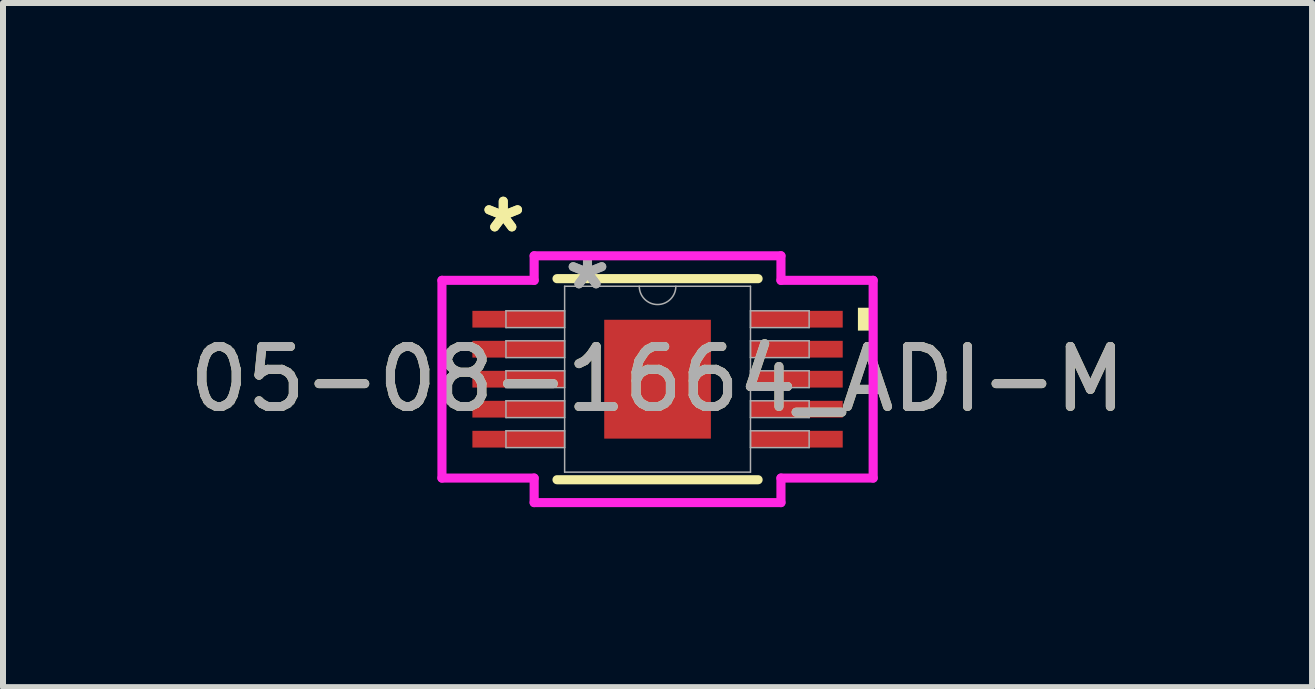
<source format=kicad_pcb>
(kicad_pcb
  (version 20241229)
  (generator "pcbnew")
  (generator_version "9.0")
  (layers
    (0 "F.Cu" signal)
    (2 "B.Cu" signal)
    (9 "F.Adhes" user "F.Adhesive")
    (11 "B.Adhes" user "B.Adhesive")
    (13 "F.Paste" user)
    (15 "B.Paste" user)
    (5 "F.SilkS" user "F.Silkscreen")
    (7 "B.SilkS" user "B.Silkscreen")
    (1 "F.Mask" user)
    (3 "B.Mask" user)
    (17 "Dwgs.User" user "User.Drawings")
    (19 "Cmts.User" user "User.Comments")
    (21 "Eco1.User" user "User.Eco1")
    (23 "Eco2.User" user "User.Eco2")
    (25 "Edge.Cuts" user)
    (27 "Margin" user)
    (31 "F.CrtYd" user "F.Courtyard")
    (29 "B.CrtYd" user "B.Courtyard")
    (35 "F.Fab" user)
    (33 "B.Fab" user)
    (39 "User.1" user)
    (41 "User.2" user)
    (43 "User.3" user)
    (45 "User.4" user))
  (footprint "05-08-1664_ADI-M"
    (layer "F.Cu")
    (at 7.911 3.271)
    (property "Reference" "05-08-1664_ADI-M" (at 0 0 0) (unlocked yes) (layer "F.SilkS") (effects (font (size 1 1) (thickness 0.15))))
    (attr smd)
    (fp_line (start -1.676 1.676) (end 1.676 1.676) (stroke (width 0.152) (type solid)) (layer "F.SilkS"))
    (fp_line (start 1.676 -1.676) (end -1.676 -1.676) (stroke (width 0.152) (type solid)) (layer "F.SilkS"))
    (fp_poly (pts (xy 3.594 -1.191) (xy 3.594 -0.81) (xy 3.34 -0.81) (xy 3.34 -1.191)) (stroke (width 0) (type solid)) (fill yes) (layer "F.SilkS"))
    (fp_line (start -3.594 -1.648) (end -2.057 -1.648) (stroke (width 0.152) (type solid)) (layer "F.CrtYd"))
    (fp_line (start -3.594 1.648) (end -3.594 -1.648) (stroke (width 0.152) (type solid)) (layer "F.CrtYd"))
    (fp_line (start -3.594 1.648) (end -2.057 1.648) (stroke (width 0.152) (type solid)) (layer "F.CrtYd"))
    (fp_line (start -2.057 -2.057) (end 2.057 -2.057) (stroke (width 0.152) (type solid)) (layer "F.CrtYd"))
    (fp_line (start -2.057 -1.648) (end -2.057 -2.057) (stroke (width 0.152) (type solid)) (layer "F.CrtYd"))
    (fp_line (start -2.057 2.057) (end -2.057 1.648) (stroke (width 0.152) (type solid)) (layer "F.CrtYd"))
    (fp_line (start 2.057 -2.057) (end 2.057 -1.648) (stroke (width 0.152) (type solid)) (layer "F.CrtYd"))
    (fp_line (start 2.057 1.648) (end 2.057 2.057) (stroke (width 0.152) (type solid)) (layer "F.CrtYd"))
    (fp_line (start 2.057 2.057) (end -2.057 2.057) (stroke (width 0.152) (type solid)) (layer "F.CrtYd"))
    (fp_line (start 3.594 -1.648) (end 2.057 -1.648) (stroke (width 0.152) (type solid)) (layer "F.CrtYd"))
    (fp_line (start 3.594 -1.648) (end 3.594 1.648) (stroke (width 0.152) (type solid)) (layer "F.CrtYd"))
    (fp_line (start 3.594 1.648) (end 2.057 1.648) (stroke (width 0.152) (type solid)) (layer "F.CrtYd"))
    (fp_line (start -2.527 -1.14) (end -2.527 -0.86) (stroke (width 0.025) (type solid)) (layer "F.Fab"))
    (fp_line (start -2.527 -0.86) (end -1.549 -0.86) (stroke (width 0.025) (type solid)) (layer "F.Fab"))
    (fp_line (start -2.527 -0.64) (end -2.527 -0.36) (stroke (width 0.025) (type solid)) (layer "F.Fab"))
    (fp_line (start -2.527 -0.36) (end -1.549 -0.36) (stroke (width 0.025) (type solid)) (layer "F.Fab"))
    (fp_line (start -2.527 -0.14) (end -2.527 0.14) (stroke (width 0.025) (type solid)) (layer "F.Fab"))
    (fp_line (start -2.527 0.14) (end -1.549 0.14) (stroke (width 0.025) (type solid)) (layer "F.Fab"))
    (fp_line (start -2.527 0.36) (end -2.527 0.64) (stroke (width 0.025) (type solid)) (layer "F.Fab"))
    (fp_line (start -2.527 0.64) (end -1.549 0.64) (stroke (width 0.025) (type solid)) (layer "F.Fab"))
    (fp_line (start -2.527 0.86) (end -2.527 1.14) (stroke (width 0.025) (type solid)) (layer "F.Fab"))
    (fp_line (start -2.527 1.14) (end -1.549 1.14) (stroke (width 0.025) (type solid)) (layer "F.Fab"))
    (fp_line (start -1.549 -1.549) (end -1.549 1.549) (stroke (width 0.025) (type solid)) (layer "F.Fab"))
    (fp_line (start -1.549 -1.14) (end -2.527 -1.14) (stroke (width 0.025) (type solid)) (layer "F.Fab"))
    (fp_line (start -1.549 -0.86) (end -1.549 -1.14) (stroke (width 0.025) (type solid)) (layer "F.Fab"))
    (fp_line (start -1.549 -0.64) (end -2.527 -0.64) (stroke (width 0.025) (type solid)) (layer "F.Fab"))
    (fp_line (start -1.549 -0.36) (end -1.549 -0.64) (stroke (width 0.025) (type solid)) (layer "F.Fab"))
    (fp_line (start -1.549 -0.14) (end -2.527 -0.14) (stroke (width 0.025) (type solid)) (layer "F.Fab"))
    (fp_line (start -1.549 0.14) (end -1.549 -0.14) (stroke (width 0.025) (type solid)) (layer "F.Fab"))
    (fp_line (start -1.549 0.36) (end -2.527 0.36) (stroke (width 0.025) (type solid)) (layer "F.Fab"))
    (fp_line (start -1.549 0.64) (end -1.549 0.36) (stroke (width 0.025) (type solid)) (layer "F.Fab"))
    (fp_line (start -1.549 0.86) (end -2.527 0.86) (stroke (width 0.025) (type solid)) (layer "F.Fab"))
    (fp_line (start -1.549 1.14) (end -1.549 0.86) (stroke (width 0.025) (type solid)) (layer "F.Fab"))
    (fp_line (start -1.549 1.549) (end 1.549 1.549) (stroke (width 0.025) (type solid)) (layer "F.Fab"))
    (fp_line (start 1.549 -1.549) (end -1.549 -1.549) (stroke (width 0.025) (type solid)) (layer "F.Fab"))
    (fp_line (start 1.549 -1.14) (end 1.549 -0.86) (stroke (width 0.025) (type solid)) (layer "F.Fab"))
    (fp_line (start 1.549 -0.86) (end 2.527 -0.86) (stroke (width 0.025) (type solid)) (layer "F.Fab"))
    (fp_line (start 1.549 -0.64) (end 1.549 -0.36) (stroke (width 0.025) (type solid)) (layer "F.Fab"))
    (fp_line (start 1.549 -0.36) (end 2.527 -0.36) (stroke (width 0.025) (type solid)) (layer "F.Fab"))
    (fp_line (start 1.549 -0.14) (end 1.549 0.14) (stroke (width 0.025) (type solid)) (layer "F.Fab"))
    (fp_line (start 1.549 0.14) (end 2.527 0.14) (stroke (width 0.025) (type solid)) (layer "F.Fab"))
    (fp_line (start 1.549 0.36) (end 1.549 0.64) (stroke (width 0.025) (type solid)) (layer "F.Fab"))
    (fp_line (start 1.549 0.64) (end 2.527 0.64) (stroke (width 0.025) (type solid)) (layer "F.Fab"))
    (fp_line (start 1.549 0.86) (end 1.549 1.14) (stroke (width 0.025) (type solid)) (layer "F.Fab"))
    (fp_line (start 1.549 1.14) (end 2.527 1.14) (stroke (width 0.025) (type solid)) (layer "F.Fab"))
    (fp_line (start 1.549 1.549) (end 1.549 -1.549) (stroke (width 0.025) (type solid)) (layer "F.Fab"))
    (fp_line (start 2.527 -1.14) (end 1.549 -1.14) (stroke (width 0.025) (type solid)) (layer "F.Fab"))
    (fp_line (start 2.527 -0.86) (end 2.527 -1.14) (stroke (width 0.025) (type solid)) (layer "F.Fab"))
    (fp_line (start 2.527 -0.64) (end 1.549 -0.64) (stroke (width 0.025) (type solid)) (layer "F.Fab"))
    (fp_line (start 2.527 -0.36) (end 2.527 -0.64) (stroke (width 0.025) (type solid)) (layer "F.Fab"))
    (fp_line (start 2.527 -0.14) (end 1.549 -0.14) (stroke (width 0.025) (type solid)) (layer "F.Fab"))
    (fp_line (start 2.527 0.14) (end 2.527 -0.14) (stroke (width 0.025) (type solid)) (layer "F.Fab"))
    (fp_line (start 2.527 0.36) (end 1.549 0.36) (stroke (width 0.025) (type solid)) (layer "F.Fab"))
    (fp_line (start 2.527 0.64) (end 2.527 0.36) (stroke (width 0.025) (type solid)) (layer "F.Fab"))
    (fp_line (start 2.527 0.86) (end 1.549 0.86) (stroke (width 0.025) (type solid)) (layer "F.Fab"))
    (fp_line (start 2.527 1.14) (end 2.527 0.86) (stroke (width 0.025) (type solid)) (layer "F.Fab"))
    (fp_arc (start 0.3048 -1.5494) (mid 0 -1.2446) (end -0.3048 -1.5494) (stroke (width 0.0254) (type solid)) (layer "F.Fab"))
    (fp_text user "*" (at -2.572 -2.422 0) (layer "F.SilkS") (effects (font (size 1 1) (thickness 0.15))))
    (fp_text user "*" (at -2.572 -2.422 0) (unlocked yes) (layer "F.SilkS") (effects (font (size 1 1) (thickness 0.15))))
    (fp_text user "*" (at -1.168 -1.473 0) (unlocked yes) (layer "F.Fab") (effects (font (size 1 1) (thickness 0.15))))
    (fp_text user "${REFERENCE}" (at 0 0 0) (unlocked yes) (layer "F.Fab") (effects (font (size 1 1) (thickness 0.15))))
    (fp_text user "*" (at -1.168 -1.473 0) (layer "F.Fab") (effects (font (size 1 1) (thickness 0.15))))
    (pad "1" smd rect (at -2.318 -1) (size 1.537 0.279) (layers "F.Cu" "F.Mask" "F.Paste"))
    (pad "2" smd rect (at -2.318 -0.5) (size 1.537 0.279) (layers "F.Cu" "F.Mask" "F.Paste"))
    (pad "3" smd rect (at -2.318 0) (size 1.537 0.279) (layers "F.Cu" "F.Mask" "F.Paste"))
    (pad "4" smd rect (at -2.318 0.5) (size 1.537 0.279) (layers "F.Cu" "F.Mask" "F.Paste"))
    (pad "5" smd rect (at -2.318 1) (size 1.537 0.279) (layers "F.Cu" "F.Mask" "F.Paste"))
    (pad "6" smd rect (at 2.318 1) (size 1.537 0.279) (layers "F.Cu" "F.Mask" "F.Paste"))
    (pad "7" smd rect (at 2.318 0.5) (size 1.537 0.279) (layers "F.Cu" "F.Mask" "F.Paste"))
    (pad "8" smd rect (at 2.318 0) (size 1.537 0.279) (layers "F.Cu" "F.Mask" "F.Paste"))
    (pad "9" smd rect (at 2.318 -0.5) (size 1.537 0.279) (layers "F.Cu" "F.Mask" "F.Paste"))
    (pad "10" smd rect (at 2.318 -1) (size 1.537 0.279) (layers "F.Cu" "F.Mask" "F.Paste"))
    (pad "11" smd rect (at 0 0) (size 1.778 1.981) (layers "F.Cu" "F.Mask" "F.Paste")))
  (gr_rect
    (start -3 -3)
    (end 18.821 8.404)
    (stroke (width 0.1) (type default))
    (fill no)
    (layer "Edge.Cuts")))
</source>
